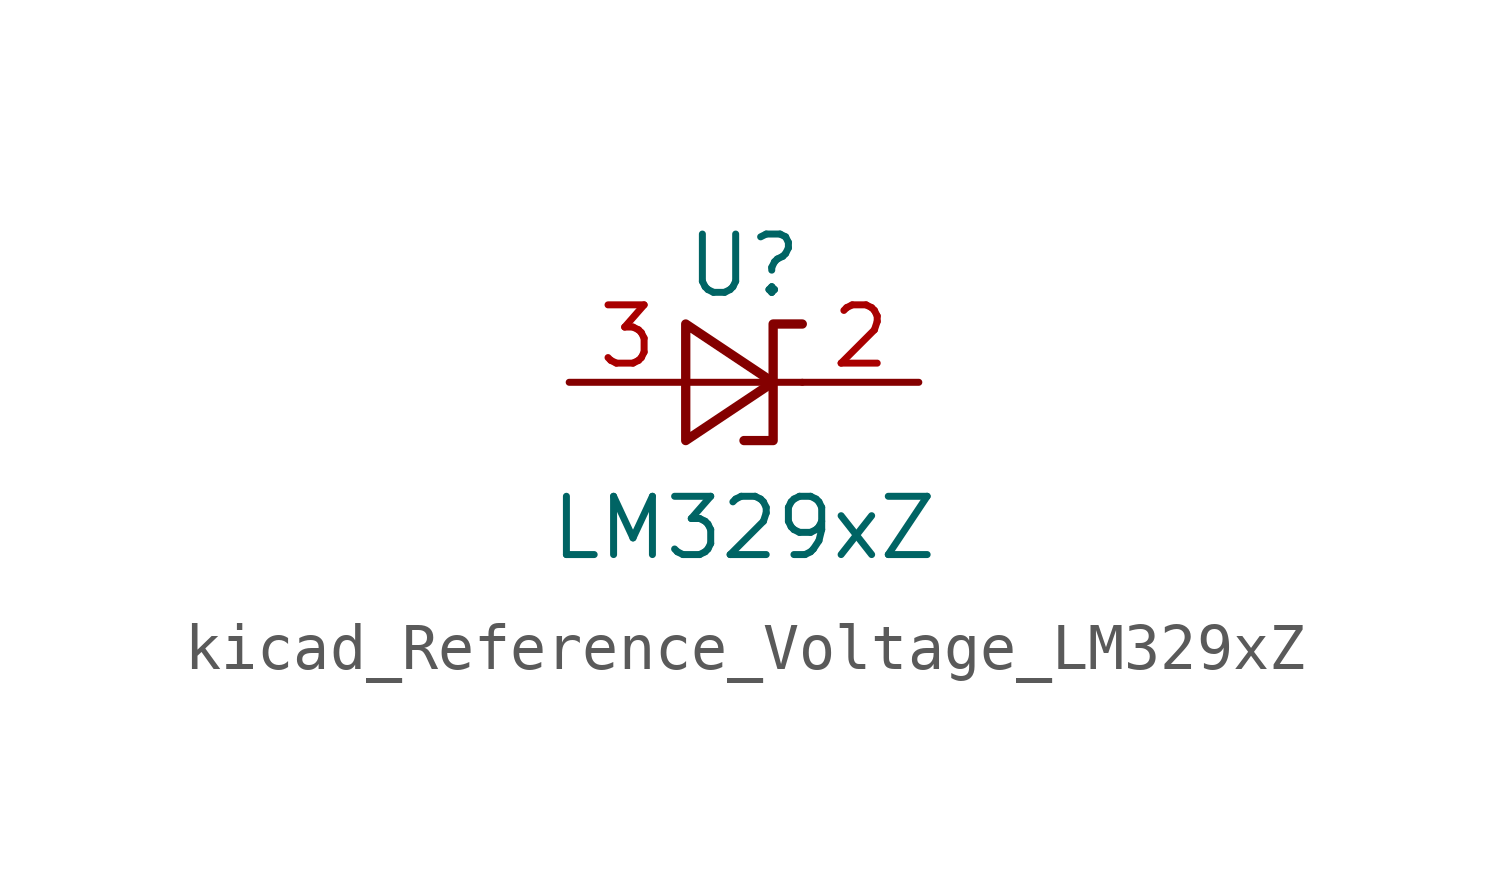
<source format=kicad_sym>
(kicad_symbol_lib
  (version 20220914)
  (generator kicad_symbol_editor)
  (symbol "kicad_Reference_Voltage_LM329xZ"
    (pin_names
      (offset 0.025) hide)
    (property "Reference" "U"
      (at 0 2.54 0)
      (effects (font (size 1.27 1.27))))
    (property "Value" "LM329xZ"
      (at 0 -3.175 0)
      (effects (font (size 1.27 1.27))))
    (symbol "kicad_Reference_Voltage_LM329xZ_0_1"
      (polyline (pts (xy -1.27 0) (xy 0 0) (xy 1.27 0)) (stroke (width 0) (type default)) (fill (type none)))
      (polyline (pts (xy -1.27 -1.27) (xy 0.635 0) (xy -1.27 1.27) (xy -1.27 -1.27)) (stroke (width 0.203) (type default)) (fill (type none)))
      (polyline (pts (xy 0 -1.27) (xy 0.635 -1.27) (xy 0.635 1.27) (xy 1.27 1.27)) (stroke (width 0.203) (type default)) (fill (type none))))
    (symbol "kicad_Reference_Voltage_LM329xZ_1_1"
      (pin no_connect line (at 0 0 0) (length 2.54) hide (name "NC" (effects (font (size 1.27 1.27)))) (number "1" (effects (font (size 1.27 1.27)))))
      (pin passive line (at 3.81 0 180) (length 2.54) (name "K" (effects (font (size 1.27 1.27)))) (number "2" (effects (font (size 1.27 1.27)))))
      (pin passive line (at -3.81 0 0) (length 2.54) (name "A" (effects (font (size 1.27 1.27)))) (number "3" (effects (font (size 1.27 1.27))))))))
</source>
